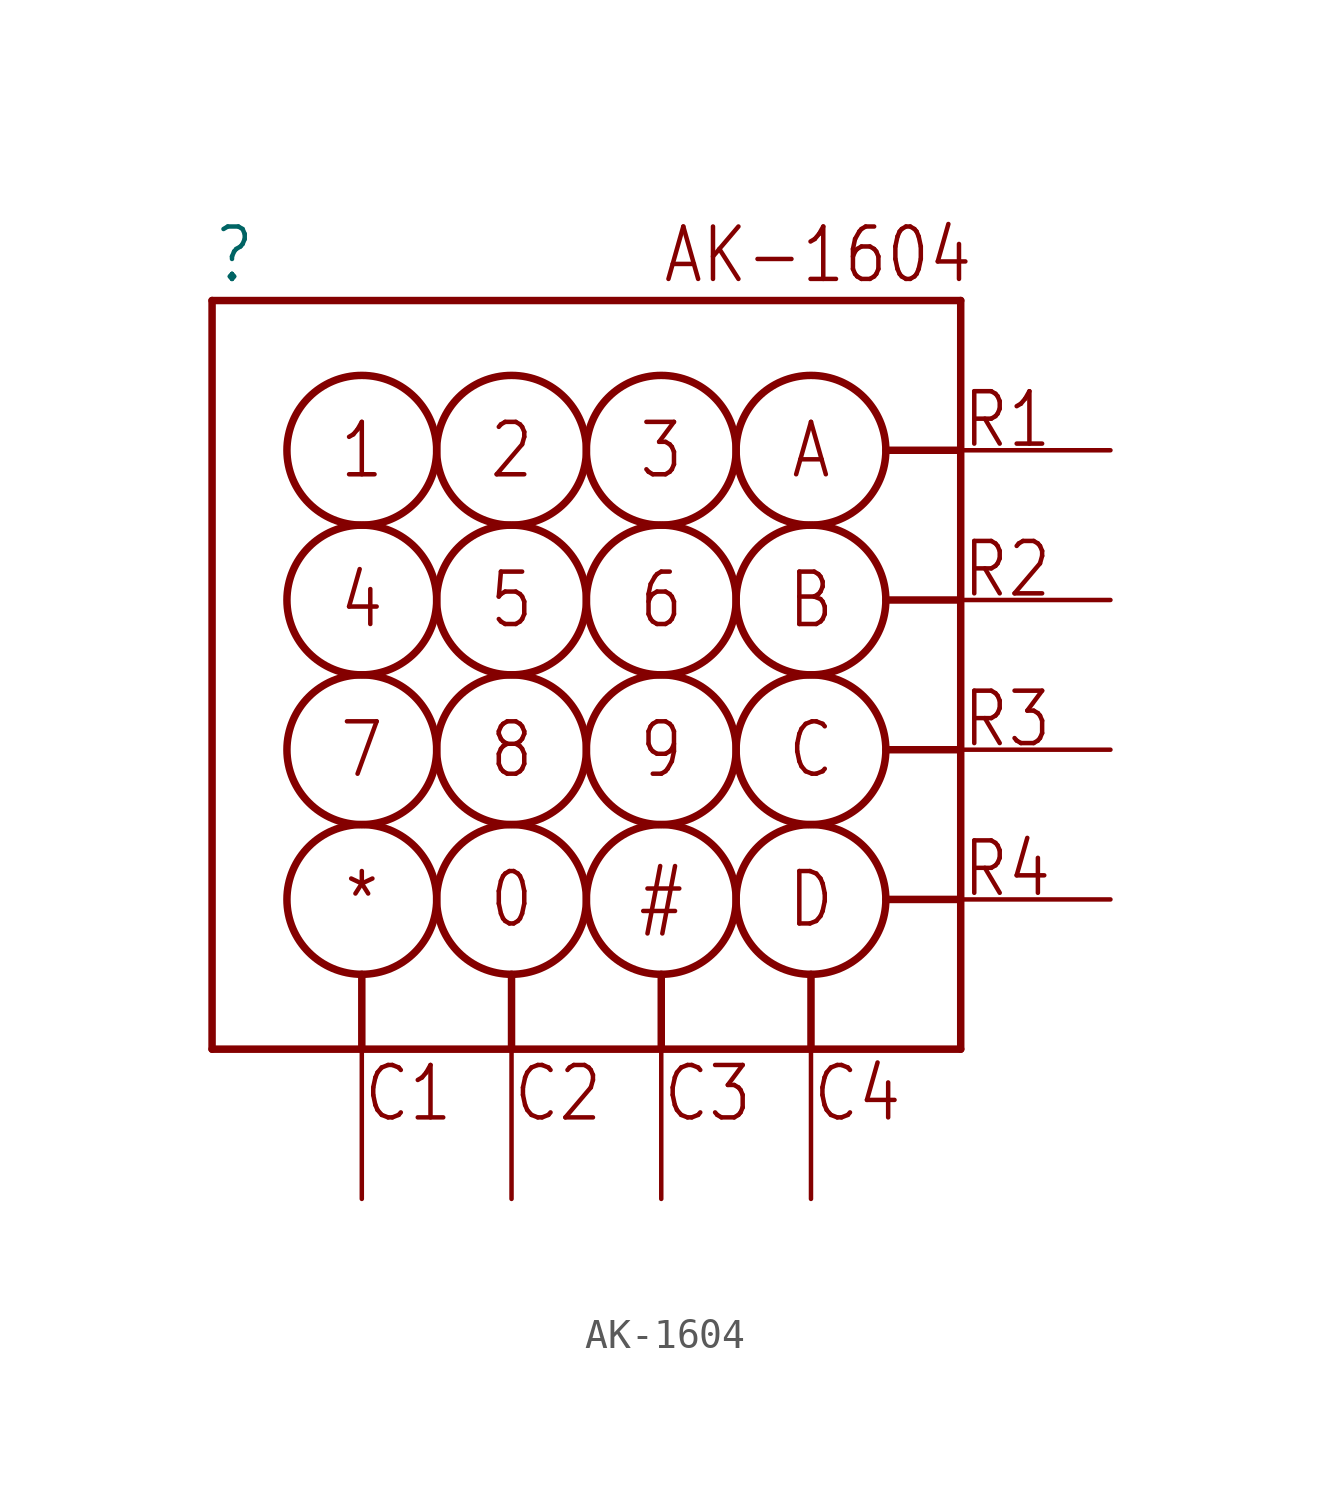
<source format=kicad_sym>
(kicad_symbol_lib
  (version 20211014)
  (generator kicad_symbol_editor)
  (symbol "AK-1604"
    (property "Reference" ""
      (at -12.7 13.208 0)
      (effects (font (size 1.778 1.511)) (justify left bottom)))
    (property "ki_locked" ""
      (at 0 0 0)
      (effects (font (size 1.27 1.27))))
    (symbol "AK-1604_1_0"
      (circle (center -7.62 -7.62) (radius 2.54) (stroke (width 0.254) (type default) (color 0 0 0 0)) (fill (type none)))
      (circle (center -7.62 -2.54) (radius 2.54) (stroke (width 0.254) (type default) (color 0 0 0 0)) (fill (type none)))
      (circle (center -7.62 2.54) (radius 2.54) (stroke (width 0.254) (type default) (color 0 0 0 0)) (fill (type none)))
      (circle (center -7.62 7.62) (radius 2.54) (stroke (width 0.254) (type default) (color 0 0 0 0)) (fill (type none)))
      (circle (center -2.54 -7.62) (radius 2.54) (stroke (width 0.254) (type default) (color 0 0 0 0)) (fill (type none)))
      (circle (center -2.54 -2.54) (radius 2.54) (stroke (width 0.254) (type default) (color 0 0 0 0)) (fill (type none)))
      (circle (center -2.54 2.54) (radius 2.54) (stroke (width 0.254) (type default) (color 0 0 0 0)) (fill (type none)))
      (circle (center -2.54 7.62) (radius 2.54) (stroke (width 0.254) (type default) (color 0 0 0 0)) (fill (type none)))
      (polyline (pts (xy -12.7 -12.7) (xy -12.7 12.7)) (stroke (width 0.254) (type default) (color 0 0 0 0)) (fill (type none)))
      (polyline (pts (xy -12.7 12.7) (xy 12.7 12.7)) (stroke (width 0.254) (type default) (color 0 0 0 0)) (fill (type none)))
      (polyline (pts (xy -7.62 -12.7) (xy -12.7 -12.7)) (stroke (width 0.254) (type default) (color 0 0 0 0)) (fill (type none)))
      (polyline (pts (xy -7.62 -10.16) (xy -7.62 -12.7)) (stroke (width 0.254) (type default) (color 0 0 0 0)) (fill (type none)))
      (polyline (pts (xy -2.54 -12.7) (xy -7.62 -12.7)) (stroke (width 0.254) (type default) (color 0 0 0 0)) (fill (type none)))
      (polyline (pts (xy -2.54 -10.16) (xy -2.54 -12.7)) (stroke (width 0.254) (type default) (color 0 0 0 0)) (fill (type none)))
      (polyline (pts (xy 2.54 -12.7) (xy -2.54 -12.7)) (stroke (width 0.254) (type default) (color 0 0 0 0)) (fill (type none)))
      (polyline (pts (xy 2.54 -10.16) (xy 2.54 -12.7)) (stroke (width 0.254) (type default) (color 0 0 0 0)) (fill (type none)))
      (polyline (pts (xy 7.62 -12.7) (xy 2.54 -12.7)) (stroke (width 0.254) (type default) (color 0 0 0 0)) (fill (type none)))
      (polyline (pts (xy 7.62 -10.16) (xy 7.62 -12.7)) (stroke (width 0.254) (type default) (color 0 0 0 0)) (fill (type none)))
      (polyline (pts (xy 10.16 -7.62) (xy 12.7 -7.62)) (stroke (width 0.254) (type default) (color 0 0 0 0)) (fill (type none)))
      (polyline (pts (xy 10.16 -2.54) (xy 12.7 -2.54)) (stroke (width 0.254) (type default) (color 0 0 0 0)) (fill (type none)))
      (polyline (pts (xy 10.16 2.54) (xy 12.7 2.54)) (stroke (width 0.254) (type default) (color 0 0 0 0)) (fill (type none)))
      (polyline (pts (xy 10.16 7.62) (xy 12.7 7.62)) (stroke (width 0.254) (type default) (color 0 0 0 0)) (fill (type none)))
      (polyline (pts (xy 12.7 -12.7) (xy 7.62 -12.7)) (stroke (width 0.254) (type default) (color 0 0 0 0)) (fill (type none)))
      (polyline (pts (xy 12.7 -7.62) (xy 12.7 -12.7)) (stroke (width 0.254) (type default) (color 0 0 0 0)) (fill (type none)))
      (polyline (pts (xy 12.7 -2.54) (xy 12.7 -7.62)) (stroke (width 0.254) (type default) (color 0 0 0 0)) (fill (type none)))
      (polyline (pts (xy 12.7 2.54) (xy 12.7 -2.54)) (stroke (width 0.254) (type default) (color 0 0 0 0)) (fill (type none)))
      (polyline (pts (xy 12.7 7.62) (xy 12.7 2.54)) (stroke (width 0.254) (type default) (color 0 0 0 0)) (fill (type none)))
      (polyline (pts (xy 12.7 12.7) (xy 12.7 7.62)) (stroke (width 0.254) (type default) (color 0 0 0 0)) (fill (type none)))
      (circle (center 2.54 -7.62) (radius 2.54) (stroke (width 0.254) (type default) (color 0 0 0 0)) (fill (type none)))
      (circle (center 2.54 -2.54) (radius 2.54) (stroke (width 0.254) (type default) (color 0 0 0 0)) (fill (type none)))
      (circle (center 2.54 2.54) (radius 2.54) (stroke (width 0.254) (type default) (color 0 0 0 0)) (fill (type none)))
      (circle (center 2.54 7.62) (radius 2.54) (stroke (width 0.254) (type default) (color 0 0 0 0)) (fill (type none)))
      (circle (center 7.62 -7.62) (radius 2.54) (stroke (width 0.254) (type default) (color 0 0 0 0)) (fill (type none)))
      (circle (center 7.62 -2.54) (radius 2.54) (stroke (width 0.254) (type default) (color 0 0 0 0)) (fill (type none)))
      (circle (center 7.62 2.54) (radius 2.54) (stroke (width 0.254) (type default) (color 0 0 0 0)) (fill (type none)))
      (circle (center 7.62 7.62) (radius 2.54) (stroke (width 0.254) (type default) (color 0 0 0 0)) (fill (type none)))
      (text "#" (at 2.54 -7.62 0) (effects (font (size 1.778 1.511))))
      (text "*" (at -7.62 -7.62 0) (effects (font (size 1.778 1.511))))
      (text "0" (at -2.54 -7.62 0) (effects (font (size 1.778 1.511))))
      (text "1" (at -7.62 7.62 0) (effects (font (size 1.778 1.511))))
      (text "2" (at -2.54 7.62 0) (effects (font (size 1.778 1.511))))
      (text "3" (at 2.54 7.62 0) (effects (font (size 1.778 1.511))))
      (text "4" (at -7.62 2.54 0) (effects (font (size 1.778 1.511))))
      (text "5" (at -2.54 2.54 0) (effects (font (size 1.778 1.511))))
      (text "6" (at 2.54 2.54 0) (effects (font (size 1.778 1.511))))
      (text "7" (at -7.62 -2.54 0) (effects (font (size 1.778 1.511))))
      (text "8" (at -2.54 -2.54 0) (effects (font (size 1.778 1.511))))
      (text "9" (at 2.54 -2.54 0) (effects (font (size 1.778 1.511))))
      (text "A" (at 7.62 7.62 0) (effects (font (size 1.778 1.511))))
      (text "AK-1604" (at 2.54 13.208 0) (effects (font (size 1.778 1.511)) (justify left bottom)))
      (text "B" (at 7.62 2.54 0) (effects (font (size 1.778 1.511))))
      (text "C" (at 7.62 -2.54 0) (effects (font (size 1.778 1.511))))
      (text "C1" (at -7.62 -15.24 0) (effects (font (size 1.778 1.511)) (justify left bottom)))
      (text "C2" (at -2.54 -15.24 0) (effects (font (size 1.778 1.511)) (justify left bottom)))
      (text "C3" (at 2.54 -15.24 0) (effects (font (size 1.778 1.511)) (justify left bottom)))
      (text "C4" (at 7.62 -15.24 0) (effects (font (size 1.778 1.511)) (justify left bottom)))
      (text "D" (at 7.62 -7.62 0) (effects (font (size 1.778 1.511))))
      (text "R1" (at 12.7 7.62 0) (effects (font (size 1.778 1.511)) (justify left bottom)))
      (text "R2" (at 12.7 2.54 0) (effects (font (size 1.778 1.511)) (justify left bottom)))
      (text "R3" (at 12.7 -2.54 0) (effects (font (size 1.778 1.511)) (justify left bottom)))
      (text "R4" (at 12.7 -7.62 0) (effects (font (size 1.778 1.511)) (justify left bottom)))
      (pin bidirectional line (at -7.62 -17.78 90) (length 5.08) (name "COL$1" (effects (font (size 0 0)))) (number "P$1" (effects (font (size 0 0)))))
      (pin bidirectional line (at -2.54 -17.78 90) (length 5.08) (name "COL$2" (effects (font (size 0 0)))) (number "P$2" (effects (font (size 0 0)))))
      (pin bidirectional line (at 2.54 -17.78 90) (length 5.08) (name "COL$3" (effects (font (size 0 0)))) (number "P$3" (effects (font (size 0 0)))))
      (pin bidirectional line (at 7.62 -17.78 90) (length 5.08) (name "COL$4" (effects (font (size 0 0)))) (number "P$4" (effects (font (size 0 0)))))
      (pin bidirectional line (at 17.78 7.62 180) (length 5.08) (name "ROW$1" (effects (font (size 0 0)))) (number "P$5" (effects (font (size 0 0)))))
      (pin bidirectional line (at 17.78 2.54 180) (length 5.08) (name "ROW$2" (effects (font (size 0 0)))) (number "P$6" (effects (font (size 0 0)))))
      (pin bidirectional line (at 17.78 -2.54 180) (length 5.08) (name "ROW$3" (effects (font (size 0 0)))) (number "P$7" (effects (font (size 0 0)))))
      (pin bidirectional line (at 17.78 -7.62 180) (length 5.08) (name "ROW$4" (effects (font (size 0 0)))) (number "P$8" (effects (font (size 0 0))))))))
</source>
